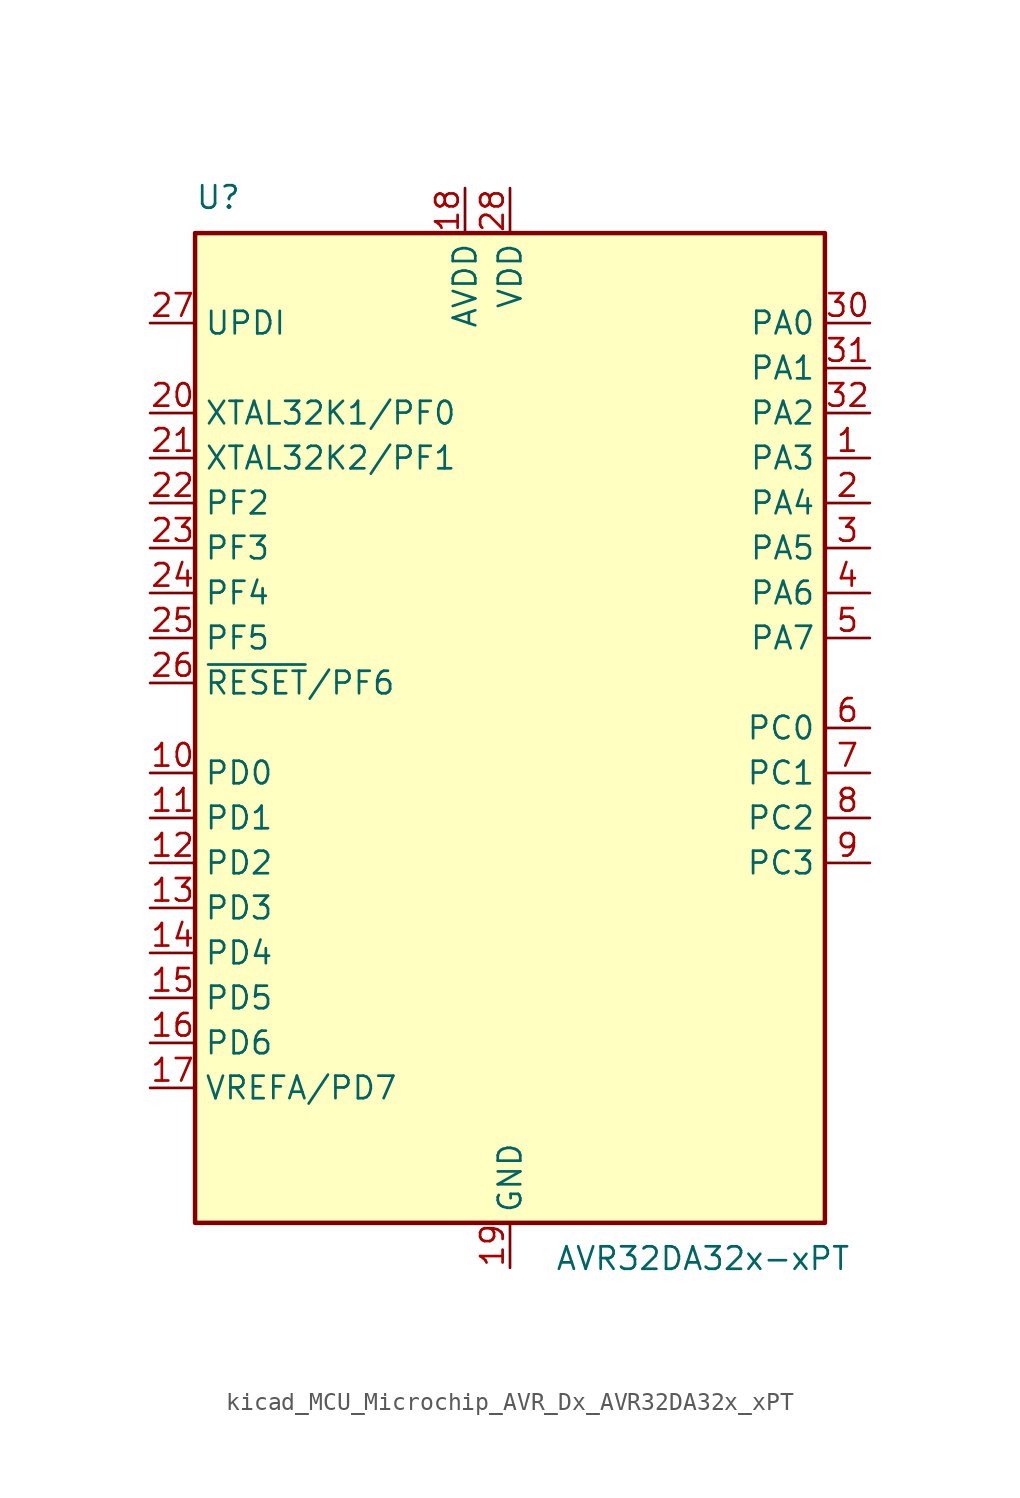
<source format=kicad_sym>
(kicad_symbol_lib
  (version 20220914)
  (generator kicad_symbol_editor)
  (symbol "kicad_MCU_Microchip_AVR_Dx_AVR32DA32x_xPT"
    (property "Reference" "U"
      (at -17.78 29.21 0)
      (effects (font (size 1.27 1.27)) (justify left bottom)))
    (property "Value" "AVR32DA32x-xPT"
      (at 2.54 -29.21 0)
      (effects (font (size 1.27 1.27)) (justify left top)))
    (symbol "kicad_MCU_Microchip_AVR_Dx_AVR32DA32x_xPT_0_1"
      (rectangle (start -17.78 27.94) (end 17.78 -27.94) (stroke (width 0.254) (type default)) (fill (type background))))
    (symbol "kicad_MCU_Microchip_AVR_Dx_AVR32DA32x_xPT_1_1"
      (pin bidirectional line (at 20.32 15.24 180) (length 2.54) (name "PA3" (effects (font (size 1.27 1.27)))) (number "1" (effects (font (size 1.27 1.27)))))
      (pin bidirectional line (at -20.32 -2.54 0) (length 2.54) (name "PD0" (effects (font (size 1.27 1.27)))) (number "10" (effects (font (size 1.27 1.27)))))
      (pin bidirectional line (at -20.32 -5.08 0) (length 2.54) (name "PD1" (effects (font (size 1.27 1.27)))) (number "11" (effects (font (size 1.27 1.27)))))
      (pin bidirectional line (at -20.32 -7.62 0) (length 2.54) (name "PD2" (effects (font (size 1.27 1.27)))) (number "12" (effects (font (size 1.27 1.27)))))
      (pin bidirectional line (at -20.32 -10.16 0) (length 2.54) (name "PD3" (effects (font (size 1.27 1.27)))) (number "13" (effects (font (size 1.27 1.27)))))
      (pin bidirectional line (at -20.32 -12.7 0) (length 2.54) (name "PD4" (effects (font (size 1.27 1.27)))) (number "14" (effects (font (size 1.27 1.27)))))
      (pin bidirectional line (at -20.32 -15.24 0) (length 2.54) (name "PD5" (effects (font (size 1.27 1.27)))) (number "15" (effects (font (size 1.27 1.27)))))
      (pin bidirectional line (at -20.32 -17.78 0) (length 2.54) (name "PD6" (effects (font (size 1.27 1.27)))) (number "16" (effects (font (size 1.27 1.27)))))
      (pin bidirectional line (at -20.32 -20.32 0) (length 2.54) (name "VREFA/PD7" (effects (font (size 1.27 1.27)))) (number "17" (effects (font (size 1.27 1.27)))))
      (pin power_in line (at -2.54 30.48 270) (length 2.54) (name "AVDD" (effects (font (size 1.27 1.27)))) (number "18" (effects (font (size 1.27 1.27)))))
      (pin power_in line (at 0 -30.48 90) (length 2.54) (name "GND" (effects (font (size 1.27 1.27)))) (number "19" (effects (font (size 1.27 1.27)))))
      (pin bidirectional line (at 20.32 12.7 180) (length 2.54) (name "PA4" (effects (font (size 1.27 1.27)))) (number "2" (effects (font (size 1.27 1.27)))))
      (pin bidirectional line (at -20.32 17.78 0) (length 2.54) (name "XTAL32K1/PF0" (effects (font (size 1.27 1.27)))) (number "20" (effects (font (size 1.27 1.27)))))
      (pin bidirectional line (at -20.32 15.24 0) (length 2.54) (name "XTAL32K2/PF1" (effects (font (size 1.27 1.27)))) (number "21" (effects (font (size 1.27 1.27)))))
      (pin bidirectional line (at -20.32 12.7 0) (length 2.54) (name "PF2" (effects (font (size 1.27 1.27)))) (number "22" (effects (font (size 1.27 1.27)))))
      (pin bidirectional line (at -20.32 10.16 0) (length 2.54) (name "PF3" (effects (font (size 1.27 1.27)))) (number "23" (effects (font (size 1.27 1.27)))))
      (pin bidirectional line (at -20.32 7.62 0) (length 2.54) (name "PF4" (effects (font (size 1.27 1.27)))) (number "24" (effects (font (size 1.27 1.27)))))
      (pin bidirectional line (at -20.32 5.08 0) (length 2.54) (name "PF5" (effects (font (size 1.27 1.27)))) (number "25" (effects (font (size 1.27 1.27)))))
      (pin bidirectional line (at -20.32 2.54 0) (length 2.54) (name "~{RESET}/PF6" (effects (font (size 1.27 1.27)))) (number "26" (effects (font (size 1.27 1.27)))))
      (pin input line (at -20.32 22.86 0) (length 2.54) (name "UPDI" (effects (font (size 1.27 1.27)))) (number "27" (effects (font (size 1.27 1.27)))))
      (pin power_in line (at 0 30.48 270) (length 2.54) (name "VDD" (effects (font (size 1.27 1.27)))) (number "28" (effects (font (size 1.27 1.27)))))
      (pin passive line (at 0 -30.48 90) (length 2.54) hide (name "GND" (effects (font (size 1.27 1.27)))) (number "29" (effects (font (size 1.27 1.27)))))
      (pin bidirectional line (at 20.32 10.16 180) (length 2.54) (name "PA5" (effects (font (size 1.27 1.27)))) (number "3" (effects (font (size 1.27 1.27)))))
      (pin bidirectional line (at 20.32 22.86 180) (length 2.54) (name "PA0" (effects (font (size 1.27 1.27)))) (number "30" (effects (font (size 1.27 1.27)))))
      (pin bidirectional line (at 20.32 20.32 180) (length 2.54) (name "PA1" (effects (font (size 1.27 1.27)))) (number "31" (effects (font (size 1.27 1.27)))))
      (pin bidirectional line (at 20.32 17.78 180) (length 2.54) (name "PA2" (effects (font (size 1.27 1.27)))) (number "32" (effects (font (size 1.27 1.27)))))
      (pin bidirectional line (at 20.32 7.62 180) (length 2.54) (name "PA6" (effects (font (size 1.27 1.27)))) (number "4" (effects (font (size 1.27 1.27)))))
      (pin bidirectional line (at 20.32 5.08 180) (length 2.54) (name "PA7" (effects (font (size 1.27 1.27)))) (number "5" (effects (font (size 1.27 1.27)))))
      (pin bidirectional line (at 20.32 0 180) (length 2.54) (name "PC0" (effects (font (size 1.27 1.27)))) (number "6" (effects (font (size 1.27 1.27)))))
      (pin bidirectional line (at 20.32 -2.54 180) (length 2.54) (name "PC1" (effects (font (size 1.27 1.27)))) (number "7" (effects (font (size 1.27 1.27)))))
      (pin bidirectional line (at 20.32 -5.08 180) (length 2.54) (name "PC2" (effects (font (size 1.27 1.27)))) (number "8" (effects (font (size 1.27 1.27)))))
      (pin bidirectional line (at 20.32 -7.62 180) (length 2.54) (name "PC3" (effects (font (size 1.27 1.27)))) (number "9" (effects (font (size 1.27 1.27))))))))
</source>
